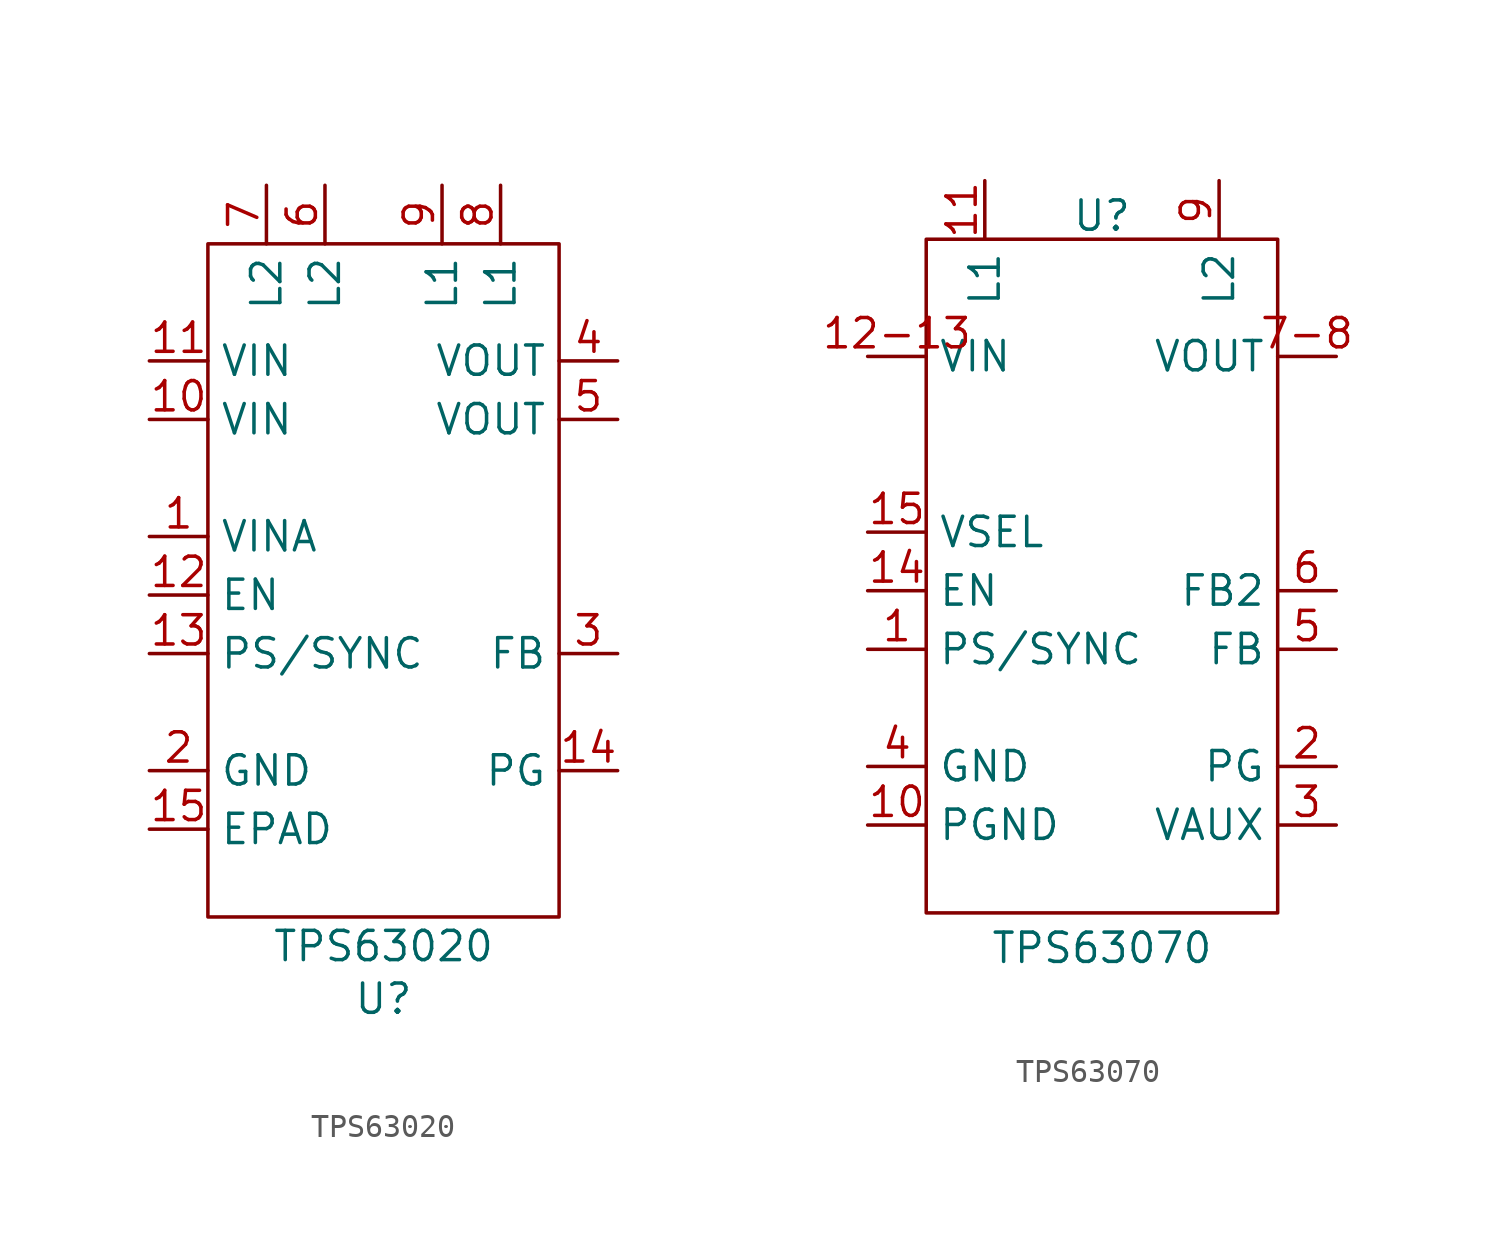
<source format=kicad_sym>
(kicad_symbol_lib
  (version 20241209)
  (generator "kicad_symbol_editor")
  (generator_version "9.0")
  (symbol "TPS63020"
    (property "Reference" "U"
      (at 0 -18.796 0)
      (effects (font (size 1.27 1.27))))
    (property "Value" "TPS63020"
      (at 0 -16.51 0)
      (effects (font (size 1.27 1.27))))
    (symbol "TPS63020_0_1"
      (rectangle (start -7.62 13.97) (end 7.62 -15.24) (stroke (width 0) (type default)) (fill (type none))))
    (symbol "TPS63020_1_1"
      (pin bidirectional line (at -10.16 8.89 0) (length 2.54) (name "VIN" (effects (font (size 1.27 1.27)))) (number "11" (effects (font (size 1.27 1.27)))))
      (pin bidirectional line (at -10.16 6.35 0) (length 2.54) (name "VIN" (effects (font (size 1.27 1.27)))) (number "10" (effects (font (size 1.27 1.27)))))
      (pin bidirectional line (at -10.16 1.27 0) (length 2.54) (name "VINA" (effects (font (size 1.27 1.27)))) (number "1" (effects (font (size 1.27 1.27)))))
      (pin bidirectional line (at -10.16 -1.27 0) (length 2.54) (name "EN" (effects (font (size 1.27 1.27)))) (number "12" (effects (font (size 1.27 1.27)))))
      (pin bidirectional line (at -10.16 -3.81 0) (length 2.54) (name "PS/SYNC" (effects (font (size 1.27 1.27)))) (number "13" (effects (font (size 1.27 1.27)))))
      (pin bidirectional line (at -10.16 -8.89 0) (length 2.54) (name "GND" (effects (font (size 1.27 1.27)))) (number "2" (effects (font (size 1.27 1.27)))))
      (pin bidirectional line (at -10.16 -11.43 0) (length 2.54) (name "EPAD" (effects (font (size 1.27 1.27)))) (number "15" (effects (font (size 1.27 1.27)))))
      (pin bidirectional line (at -5.08 16.51 270) (length 2.54) (name "L2" (effects (font (size 1.27 1.27)))) (number "7" (effects (font (size 1.27 1.27)))))
      (pin bidirectional line (at -2.54 16.51 270) (length 2.54) (name "L2" (effects (font (size 1.27 1.27)))) (number "6" (effects (font (size 1.27 1.27)))))
      (pin bidirectional line (at 2.54 16.51 270) (length 2.54) (name "L1" (effects (font (size 1.27 1.27)))) (number "9" (effects (font (size 1.27 1.27)))))
      (pin bidirectional line (at 5.08 16.51 270) (length 2.54) (name "L1" (effects (font (size 1.27 1.27)))) (number "8" (effects (font (size 1.27 1.27)))))
      (pin bidirectional line (at 10.16 8.89 180) (length 2.54) (name "VOUT" (effects (font (size 1.27 1.27)))) (number "4" (effects (font (size 1.27 1.27)))))
      (pin bidirectional line (at 10.16 6.35 180) (length 2.54) (name "VOUT" (effects (font (size 1.27 1.27)))) (number "5" (effects (font (size 1.27 1.27)))))
      (pin bidirectional line (at 10.16 -3.81 180) (length 2.54) (name "FB" (effects (font (size 1.27 1.27)))) (number "3" (effects (font (size 1.27 1.27)))))
      (pin bidirectional line (at 10.16 -8.89 180) (length 2.54) (name "PG" (effects (font (size 1.27 1.27)))) (number "14" (effects (font (size 1.27 1.27)))))))
  (symbol "TPS63070"
    (property "Reference" "U"
      (at 0 14.986 0)
      (effects (font (size 1.27 1.27))))
    (property "Value" "TPS63070"
      (at 0 -16.764 0)
      (effects (font (size 1.27 1.27))))
    (symbol "TPS63070_0_1"
      (rectangle (start -7.62 13.97) (end 7.62 -15.24) (stroke (width 0) (type default)) (fill (type none))))
    (symbol "TPS63070_1_1"
      (pin bidirectional line (at -10.16 8.89 0) (length 2.54) (name "VIN" (effects (font (size 1.27 1.27)))) (number "12-13" (effects (font (size 1.27 1.27)))))
      (pin bidirectional line (at -10.16 1.27 0) (length 2.54) (name "VSEL" (effects (font (size 1.27 1.27)))) (number "15" (effects (font (size 1.27 1.27)))))
      (pin bidirectional line (at -10.16 -1.27 0) (length 2.54) (name "EN" (effects (font (size 1.27 1.27)))) (number "14" (effects (font (size 1.27 1.27)))))
      (pin bidirectional line (at -10.16 -3.81 0) (length 2.54) (name "PS/SYNC" (effects (font (size 1.27 1.27)))) (number "1" (effects (font (size 1.27 1.27)))))
      (pin bidirectional line (at -10.16 -8.89 0) (length 2.54) (name "GND" (effects (font (size 1.27 1.27)))) (number "4" (effects (font (size 1.27 1.27)))))
      (pin bidirectional line (at -10.16 -11.43 0) (length 2.54) (name "PGND" (effects (font (size 1.27 1.27)))) (number "10" (effects (font (size 1.27 1.27)))))
      (pin bidirectional line (at -5.08 16.51 270) (length 2.54) (name "L1" (effects (font (size 1.27 1.27)))) (number "11" (effects (font (size 1.27 1.27)))))
      (pin bidirectional line (at 5.08 16.51 270) (length 2.54) (name "L2" (effects (font (size 1.27 1.27)))) (number "9" (effects (font (size 1.27 1.27)))))
      (pin bidirectional line (at 10.16 8.89 180) (length 2.54) (name "VOUT" (effects (font (size 1.27 1.27)))) (number "7-8" (effects (font (size 1.27 1.27)))))
      (pin bidirectional line (at 10.16 -1.27 180) (length 2.54) (name "FB2" (effects (font (size 1.27 1.27)))) (number "6" (effects (font (size 1.27 1.27)))))
      (pin bidirectional line (at 10.16 -3.81 180) (length 2.54) (name "FB" (effects (font (size 1.27 1.27)))) (number "5" (effects (font (size 1.27 1.27)))))
      (pin bidirectional line (at 10.16 -8.89 180) (length 2.54) (name "PG" (effects (font (size 1.27 1.27)))) (number "2" (effects (font (size 1.27 1.27)))))
      (pin bidirectional line (at 10.16 -11.43 180) (length 2.54) (name "VAUX" (effects (font (size 1.27 1.27)))) (number "3" (effects (font (size 1.27 1.27))))))))
</source>
